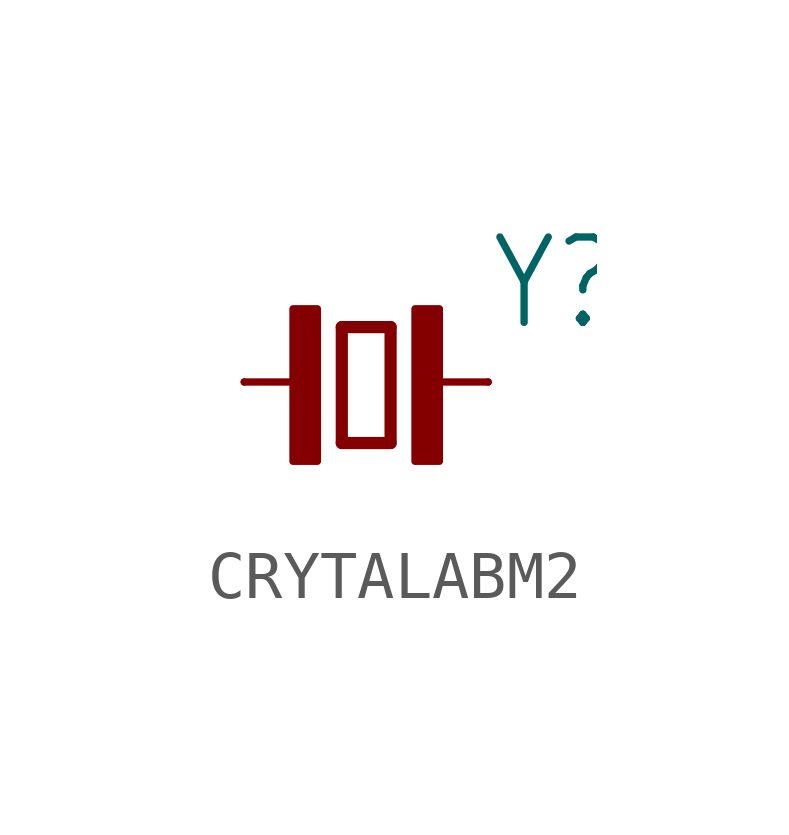
<source format=kicad_sym>
(kicad_symbol_lib
  (version 20231120)
  (generator "kicad_symbol_editor")
  (generator_version "8.0")
  (symbol "CRYTALABM2"
    (property "Reference" "Y"
      (at 2.54 1.016 0)
      (effects (font (size 1.778 1.511)) (justify left bottom)))
    (property "Value" ""
      (at 2.54 -2.54 0)
      (effects (font (size 1.778 1.511)) (justify left bottom)))
    (property "ki_locked" ""
      (at 0 0 0)
      (effects (font (size 1.27 1.27))))
    (symbol "CRYTALABM2_1_0"
      (rectangle (start -1.524 -1.651) (end -1.016 1.524) (stroke (width 0) (type default)) (fill (type outline)))
      (polyline (pts (xy -2.54 0) (xy -1.143 0)) (stroke (width 0.152) (type solid)) (fill (type none)))
      (polyline (pts (xy -0.508 -1.27) (xy 0.508 -1.27)) (stroke (width 0.254) (type solid)) (fill (type none)))
      (polyline (pts (xy -0.508 1.143) (xy -0.508 -1.27)) (stroke (width 0.254) (type solid)) (fill (type none)))
      (polyline (pts (xy 0.508 -1.27) (xy 0.508 1.143)) (stroke (width 0.254) (type solid)) (fill (type none)))
      (polyline (pts (xy 0.508 1.143) (xy -0.508 1.143)) (stroke (width 0.254) (type solid)) (fill (type none)))
      (polyline (pts (xy 1.143 0) (xy 2.54 0)) (stroke (width 0.152) (type solid)) (fill (type none)))
      (rectangle (start 1.016 -1.651) (end 1.524 1.524) (stroke (width 0) (type default)) (fill (type outline)))
      (pin passive line (at -2.54 0 0) (length 0) (name "1" (effects (font (size 0 0)))) (number "1" (effects (font (size 0 0)))))
      (pin passive line (at 2.54 0 180) (length 0) (name "2" (effects (font (size 0 0)))) (number "2" (effects (font (size 0 0))))))))
</source>
